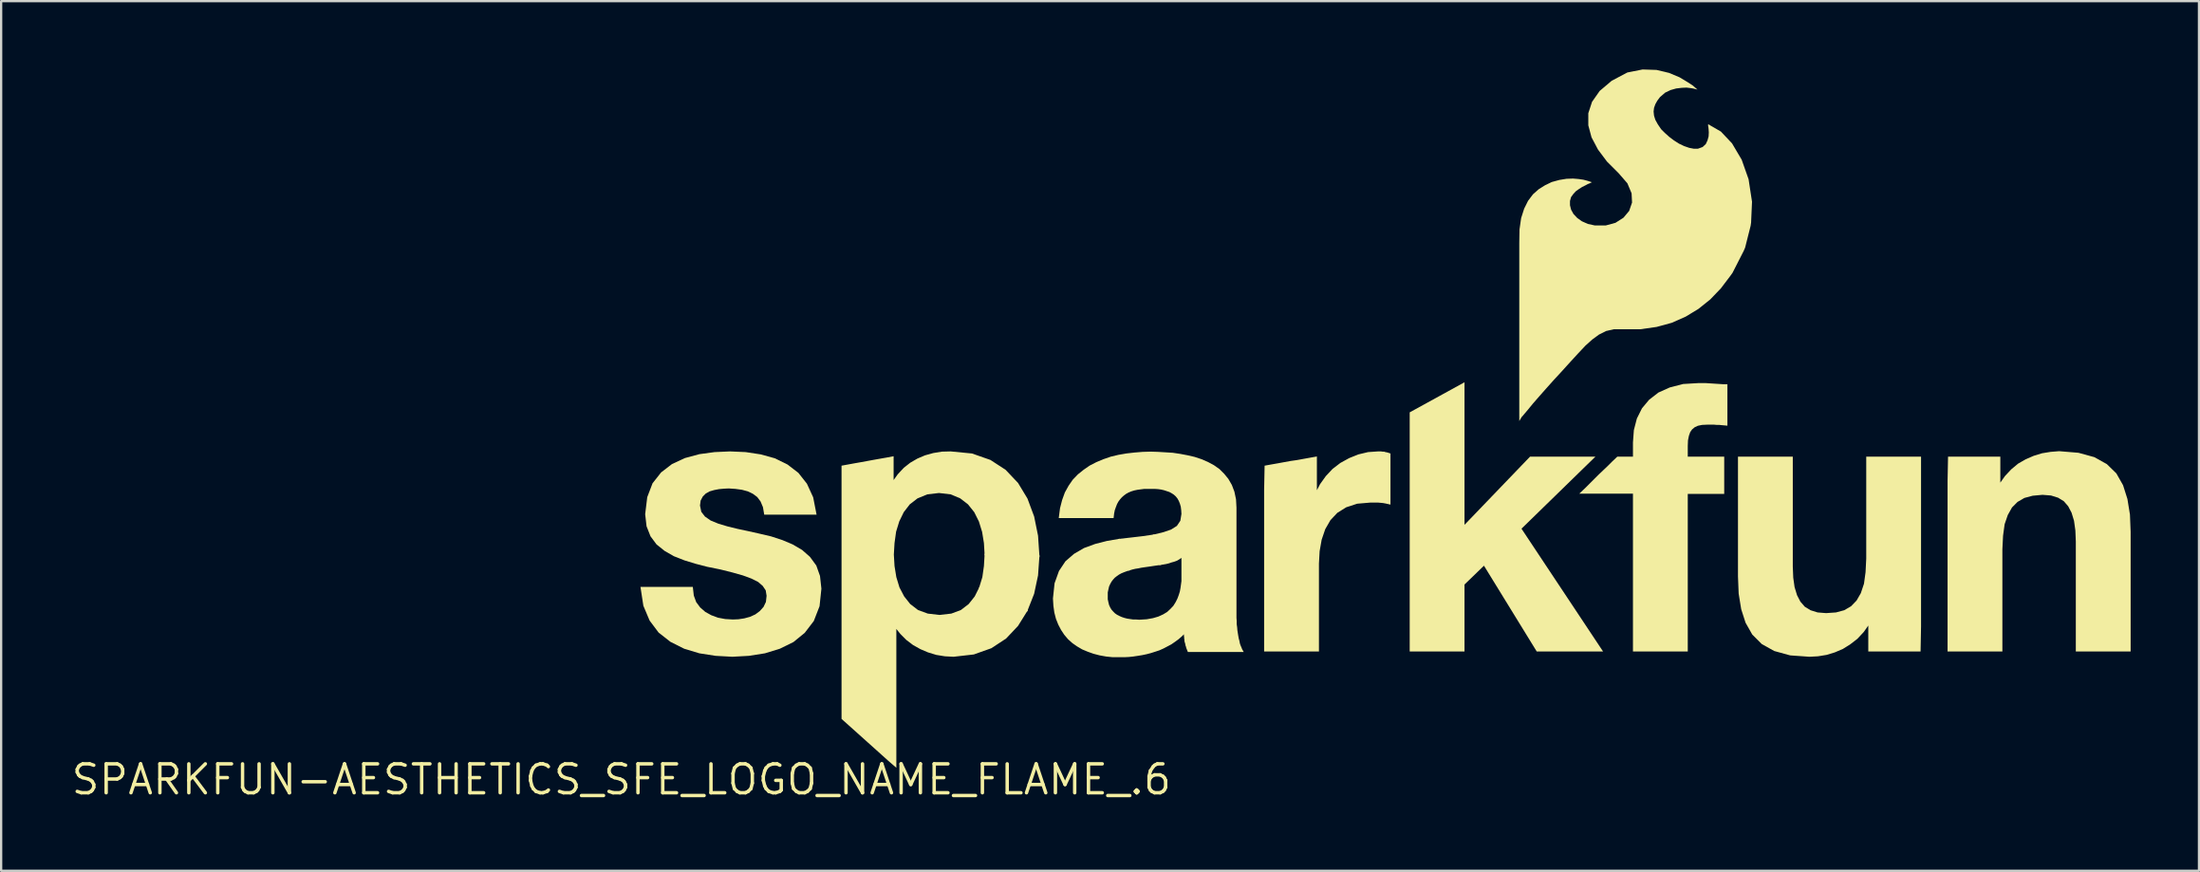
<source format=kicad_pcb>
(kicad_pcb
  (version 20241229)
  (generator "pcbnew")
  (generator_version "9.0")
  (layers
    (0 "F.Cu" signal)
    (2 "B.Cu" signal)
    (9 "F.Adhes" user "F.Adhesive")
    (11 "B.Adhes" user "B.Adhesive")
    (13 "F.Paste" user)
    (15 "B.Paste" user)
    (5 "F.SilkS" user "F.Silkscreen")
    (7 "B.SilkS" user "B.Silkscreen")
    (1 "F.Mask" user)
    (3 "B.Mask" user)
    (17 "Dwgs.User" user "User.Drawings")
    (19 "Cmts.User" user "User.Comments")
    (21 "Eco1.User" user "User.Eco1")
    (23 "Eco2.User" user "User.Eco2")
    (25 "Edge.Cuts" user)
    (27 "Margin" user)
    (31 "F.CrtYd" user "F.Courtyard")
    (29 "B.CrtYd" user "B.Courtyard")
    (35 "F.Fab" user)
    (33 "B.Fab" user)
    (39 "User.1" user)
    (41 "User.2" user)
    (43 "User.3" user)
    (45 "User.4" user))
  (footprint "SPARKFUN-AESTHETICS_SFE_LOGO_NAME_FLAME_.6"
    (layer "F.Cu")
    (at 24.228 31.178)
    (property "Reference" "SPARKFUN-AESTHETICS_SFE_LOGO_NAME_FLAME_.6" (at 0 0 0) (layer "F.SilkS") (effects (font (size 1.27 1.27) (thickness 0.15))))
    (fp_poly (pts (xy 18.351 -9.847) (xy 18.288 -8.965) (xy 18.117 -8.159) (xy 17.81 -7.378) (xy 15.694 -8.4) (xy 15.843 -8.888) (xy 15.912 -9.374) (xy 15.944 -9.919)) (stroke (width 0) (type default)) (fill yes) (layer "F.SilkS"))
    (fp_poly (pts (xy 37.008 -11.185) (xy 39.884 -14.178) (xy 42.754 -14.178) (xy 39.509 -11.015) (xy 43.091 -5.622) (xy 40.179 -5.622) (xy 37.862 -9.39) (xy 37.008 -8.564) (xy 37.008 -5.622) (xy 34.602 -5.622) (xy 34.602 -16.123) (xy 37.008 -17.444)) (stroke (width 0) (type default)) (fill yes) (layer "F.SilkS"))
    (fp_poly (pts (xy 23.696 -9.428) (xy 23.515 -9.402) (xy 23.376 -9.382) (xy 23.246 -9.362) (xy 22.965 -9.322) (xy 22.827 -9.302) (xy 22.687 -9.273) (xy 22.557 -9.253) (xy 22.43 -9.223) (xy 22.266 -9.173) (xy 21.799 -10.563) (xy 22.376 -10.628) (xy 22.885 -10.688) (xy 23.4 -10.763)) (stroke (width 0) (type default)) (fill yes) (layer "F.SilkS"))
    (fp_poly (pts (xy 51.418 -9.351) (xy 51.438 -8.863) (xy 51.497 -8.448) (xy 51.605 -8.094) (xy 51.752 -7.812) (xy 51.945 -7.589) (xy 52.196 -7.435) (xy 52.507 -7.338) (xy 52.88 -7.308) (xy 53.314 -7.338) (xy 53.675 -7.435) (xy 53.976 -7.61) (xy 54.219 -7.863) (xy 54.405 -8.186) (xy 54.543 -8.599) (xy 54.612 -9.104) (xy 54.642 -9.701) (xy 54.642 -14.178) (xy 57.048 -14.178) (xy 57.048 -6.72) (xy 57.027 -5.622) (xy 54.732 -5.622) (xy 54.732 -6.762) (xy 54.53 -6.476) (xy 54.256 -6.182) (xy 53.942 -5.939) (xy 53.618 -5.736) (xy 53.263 -5.584) (xy 52.899 -5.473) (xy 52.524 -5.412) (xy 52.15 -5.392) (xy 51.304 -5.452) (xy 50.605 -5.644) (xy 50.057 -5.949) (xy 49.639 -6.367) (xy 49.345 -6.885) (xy 49.153 -7.481) (xy 49.042 -8.166) (xy 49.012 -8.919) (xy 49.012 -14.178) (xy 51.418 -14.178)) (stroke (width 0) (type default)) (fill yes) (layer "F.SilkS"))
    (fp_poly (pts (xy 63.957 -14.348) (xy 64.655 -14.156) (xy 65.203 -13.851) (xy 65.62 -13.444) (xy 65.915 -12.925) (xy 66.107 -12.319) (xy 66.218 -11.634) (xy 66.248 -10.881) (xy 66.248 -5.622) (xy 63.842 -5.622) (xy 63.842 -10.449) (xy 63.822 -10.937) (xy 63.763 -11.362) (xy 63.655 -11.716) (xy 63.508 -11.998) (xy 63.315 -12.221) (xy 63.064 -12.375) (xy 62.753 -12.472) (xy 62.38 -12.502) (xy 61.947 -12.462) (xy 61.585 -12.365) (xy 61.283 -12.19) (xy 61.041 -11.947) (xy 60.855 -11.614) (xy 60.717 -11.211) (xy 60.648 -10.706) (xy 60.618 -10.109) (xy 60.618 -5.622) (xy 58.212 -5.622) (xy 58.212 -13.09) (xy 58.233 -14.178) (xy 60.528 -14.178) (xy 60.528 -13.038) (xy 60.73 -13.324) (xy 61.004 -13.618) (xy 61.308 -13.871) (xy 61.643 -14.064) (xy 61.997 -14.216) (xy 62.361 -14.327) (xy 62.735 -14.388) (xy 63.11 -14.418)) (stroke (width 0) (type default)) (fill yes) (layer "F.SilkS"))
    (fp_poly (pts (xy 33.413 -14.398) (xy 33.476 -14.398) (xy 33.539 -14.377) (xy 33.598 -14.367) (xy 33.671 -14.346) (xy 33.758 -14.317) (xy 33.758 -12.073) (xy 33.622 -12.103) (xy 33.532 -12.123) (xy 33.425 -12.142) (xy 33.317 -12.152) (xy 33.208 -12.162) (xy 32.882 -12.162) (xy 32.298 -12.112) (xy 31.816 -11.955) (xy 31.424 -11.71) (xy 31.121 -11.387) (xy 30.895 -10.994) (xy 30.737 -10.53) (xy 30.648 -10.026) (xy 30.618 -9.479) (xy 30.618 -5.622) (xy 28.212 -5.622) (xy 28.212 -12.73) (xy 28.233 -13.782) (xy 28.543 -13.838) (xy 28.823 -13.887) (xy 29.093 -13.937) (xy 29.374 -13.988) (xy 29.654 -14.028) (xy 29.923 -14.077) (xy 30.203 -14.128) (xy 30.528 -14.186) (xy 30.528 -12.705) (xy 30.667 -12.97) (xy 30.92 -13.324) (xy 31.214 -13.638) (xy 31.559 -13.902) (xy 31.944 -14.114) (xy 32.348 -14.276) (xy 32.774 -14.378) (xy 33.209 -14.408) (xy 33.343 -14.408)) (stroke (width 0) (type default)) (fill yes) (layer "F.SilkS"))
    (fp_poly (pts (xy 47.742 -17.398) (xy 47.902 -17.388) (xy 48.052 -17.378) (xy 48.212 -17.368) (xy 48.361 -17.358) (xy 48.548 -17.358) (xy 48.548 -15.538) (xy 48.397 -15.552) (xy 48.286 -15.562) (xy 48.188 -15.572) (xy 48.078 -15.572) (xy 47.968 -15.582) (xy 47.651 -15.582) (xy 47.435 -15.572) (xy 47.252 -15.534) (xy 47.111 -15.468) (xy 46.998 -15.374) (xy 46.914 -15.253) (xy 46.857 -15.09) (xy 46.818 -14.895) (xy 46.808 -14.649) (xy 46.808 -14.178) (xy 48.408 -14.178) (xy 48.408 -12.542) (xy 46.808 -12.542) (xy 46.808 -5.622) (xy 44.402 -5.622) (xy 44.402 -12.552) (xy 42.045 -12.552) (xy 42.313 -12.807) (xy 42.703 -13.197) (xy 42.903 -13.397) (xy 43.104 -13.588) (xy 43.303 -13.777) (xy 43.503 -13.977) (xy 43.715 -14.178) (xy 44.402 -14.178) (xy 44.402 -14.801) (xy 44.442 -15.346) (xy 44.574 -15.853) (xy 44.798 -16.301) (xy 45.113 -16.678) (xy 45.52 -16.993) (xy 46.017 -17.216) (xy 46.604 -17.368) (xy 47.279 -17.408) (xy 47.591 -17.408)) (stroke (width 0) (type default)) (fill yes) (layer "F.SilkS"))
    (fp_poly (pts (xy 15.388 -14.317) (xy 16.197 -14.034) (xy 16.865 -13.599) (xy 17.41 -13.023) (xy 17.824 -12.337) (xy 18.117 -11.55) (xy 18.288 -10.705) (xy 18.351 -9.771) (xy 15.944 -9.843) (xy 15.912 -10.386) (xy 15.833 -10.871) (xy 15.694 -11.326) (xy 15.488 -11.739) (xy 15.213 -12.083) (xy 14.871 -12.347) (xy 14.45 -12.523) (xy 13.94 -12.582) (xy 13.43 -12.523) (xy 12.999 -12.347) (xy 12.657 -12.083) (xy 12.393 -11.74) (xy 12.196 -11.336) (xy 12.057 -10.882) (xy 11.988 -10.386) (xy 11.958 -9.88) (xy 11.988 -9.374) (xy 12.067 -8.889) (xy 12.205 -8.435) (xy 12.412 -8.041) (xy 12.677 -7.707) (xy 13.019 -7.444) (xy 13.449 -7.287) (xy 13.96 -7.228) (xy 14.481 -7.287) (xy 14.901 -7.444) (xy 15.243 -7.707) (xy 15.508 -8.041) (xy 15.723 -8.471) (xy 17.845 -7.446) (xy 17.41 -6.747) (xy 16.885 -6.191) (xy 16.237 -5.766) (xy 15.469 -5.493) (xy 14.581 -5.392) (xy 14.196 -5.412) (xy 13.821 -5.473) (xy 13.457 -5.584) (xy 13.123 -5.726) (xy 12.799 -5.908) (xy 12.505 -6.131) (xy 12.242 -6.395) (xy 12.068 -6.613) (xy 12.068 -0.517) (xy 11.705 -0.831) (xy 11.415 -1.092) (xy 9.965 -2.392) (xy 9.662 -2.663) (xy 9.662 -13.782) (xy 9.963 -13.837) (xy 10.243 -13.888) (xy 10.523 -13.937) (xy 10.793 -13.987) (xy 11.073 -14.038) (xy 11.353 -14.088) (xy 11.633 -14.137) (xy 11.948 -14.196) (xy 11.948 -13.15) (xy 12.13 -13.404) (xy 12.394 -13.688) (xy 12.679 -13.912) (xy 12.993 -14.094) (xy 13.327 -14.236) (xy 13.692 -14.337) (xy 14.066 -14.398) (xy 14.451 -14.408)) (stroke (width 0) (type default)) (fill yes) (layer "F.SilkS"))
    (fp_poly (pts (xy 5.454 -14.378) (xy 6.118 -14.277) (xy 6.734 -14.106) (xy 7.29 -13.833) (xy 7.767 -13.467) (xy 8.143 -12.99) (xy 8.417 -12.392) (xy 8.566 -11.632) (xy 6.268 -11.632) (xy 6.213 -11.959) (xy 6.107 -12.211) (xy 5.963 -12.403) (xy 5.77 -12.547) (xy 5.547 -12.654) (xy 5.292 -12.723) (xy 5.006 -12.762) (xy 4.71 -12.782) (xy 4.503 -12.772) (xy 4.285 -12.752) (xy 4.079 -12.713) (xy 3.875 -12.655) (xy 3.703 -12.559) (xy 3.571 -12.427) (xy 3.477 -12.248) (xy 3.449 -12.031) (xy 3.506 -11.756) (xy 3.667 -11.548) (xy 3.918 -11.374) (xy 4.253 -11.236) (xy 4.65 -11.117) (xy 5.098 -11.007) (xy 5.568 -10.907) (xy 6.059 -10.797) (xy 6.57 -10.677) (xy 7.063 -10.516) (xy 7.517 -10.324) (xy 7.932 -10.081) (xy 8.278 -9.776) (xy 8.554 -9.398) (xy 8.717 -8.939) (xy 8.778 -8.38) (xy 8.697 -7.611) (xy 8.444 -6.961) (xy 8.048 -6.443) (xy 7.551 -6.038) (xy 6.954 -5.744) (xy 6.299 -5.543) (xy 5.594 -5.432) (xy 4.87 -5.392) (xy 4.136 -5.432) (xy 3.422 -5.543) (xy 2.756 -5.744) (xy 2.15 -6.048) (xy 1.633 -6.453) (xy 1.237 -6.981) (xy 0.963 -7.63) (xy 0.836 -8.458) (xy 3.134 -8.458) (xy 3.177 -8.079) (xy 3.284 -7.788) (xy 3.458 -7.556) (xy 3.682 -7.361) (xy 3.946 -7.215) (xy 4.24 -7.107) (xy 4.555 -7.048) (xy 4.89 -7.028) (xy 5.136 -7.038) (xy 5.392 -7.077) (xy 5.647 -7.146) (xy 5.88 -7.253) (xy 6.074 -7.398) (xy 6.238 -7.581) (xy 6.343 -7.801) (xy 6.372 -8.069) (xy 6.334 -8.306) (xy 6.201 -8.504) (xy 5.999 -8.678) (xy 5.705 -8.825) (xy 5.328 -8.964) (xy 4.87 -9.093) (xy 4.352 -9.223) (xy 3.761 -9.343) (xy 3.26 -9.473) (xy 2.767 -9.624) (xy 2.303 -9.806) (xy 1.898 -10.038) (xy 1.542 -10.323) (xy 1.276 -10.681) (xy 1.103 -11.121) (xy 1.042 -11.65) (xy 1.133 -12.399) (xy 1.366 -13.009) (xy 1.743 -13.487) (xy 2.22 -13.853) (xy 2.787 -14.116) (xy 3.422 -14.287) (xy 4.087 -14.378) (xy 4.77 -14.408)) (stroke (width 0) (type default)) (fill yes) (layer "F.SilkS"))
    (fp_poly (pts (xy 45.435 -31.158) (xy 45.992 -31.026) (xy 46.447 -30.834) (xy 46.8 -30.622) (xy 47.033 -30.47) (xy 47.234 -30.295) (xy 47.042 -30.343) (xy 46.925 -30.362) (xy 46.749 -30.382) (xy 46.543 -30.372) (xy 46.297 -30.343) (xy 46.053 -30.274) (xy 45.811 -30.158) (xy 45.588 -29.964) (xy 45.472 -29.809) (xy 45.385 -29.654) (xy 45.327 -29.491) (xy 45.308 -29.33) (xy 45.327 -29.148) (xy 45.385 -28.965) (xy 45.493 -28.77) (xy 45.639 -28.554) (xy 45.806 -28.388) (xy 45.994 -28.219) (xy 46.202 -28.061) (xy 46.419 -27.923) (xy 46.645 -27.815) (xy 46.87 -27.737) (xy 47.074 -27.698) (xy 47.253 -27.698) (xy 47.46 -27.773) (xy 47.599 -27.903) (xy 47.674 -28.063) (xy 47.722 -28.236) (xy 47.732 -28.41) (xy 47.722 -28.557) (xy 47.712 -28.653) (xy 47.702 -28.695) (xy 47.702 -28.776) (xy 48.264 -28.45) (xy 48.751 -27.933) (xy 49.175 -27.216) (xy 49.477 -26.359) (xy 49.628 -25.372) (xy 49.588 -24.456) (xy 49.567 -24.313) (xy 49.326 -23.358) (xy 49.265 -23.214) (xy 48.773 -22.25) (xy 48.671 -22.107) (xy 48.259 -21.565) (xy 47.796 -21.082) (xy 47.282 -20.669) (xy 46.718 -20.326) (xy 46.103 -20.054) (xy 45.438 -19.873) (xy 44.723 -19.772) (xy 43.564 -19.772) (xy 43.223 -19.694) (xy 42.91 -19.537) (xy 42.614 -19.32) (xy 42.317 -19.053) (xy 41.998 -18.714) (xy 41.658 -18.344) (xy 41.278 -17.924) (xy 40.918 -17.534) (xy 40.588 -17.165) (xy 40.279 -16.815) (xy 40.009 -16.505) (xy 39.789 -16.236) (xy 39.619 -16.035) (xy 39.511 -15.908) (xy 39.412 -15.742) (xy 39.412 -23.57) (xy 39.422 -24.153) (xy 39.493 -24.649) (xy 39.625 -25.064) (xy 39.797 -25.41) (xy 40.012 -25.696) (xy 40.267 -25.921) (xy 40.542 -26.093) (xy 40.837 -26.236) (xy 41.172 -26.327) (xy 41.486 -26.378) (xy 41.771 -26.388) (xy 42.014 -26.368) (xy 42.228 -26.337) (xy 42.38 -26.297) (xy 42.482 -26.266) (xy 42.599 -26.227) (xy 42.495 -26.175) (xy 42.416 -26.145) (xy 42.308 -26.086) (xy 42.169 -26.017) (xy 42.031 -25.928) (xy 41.895 -25.831) (xy 41.78 -25.706) (xy 41.685 -25.573) (xy 41.638 -25.405) (xy 41.638 -25.215) (xy 41.686 -25.024) (xy 41.791 -24.833) (xy 41.955 -24.659) (xy 42.159 -24.513) (xy 42.422 -24.396) (xy 42.734 -24.328) (xy 43.205 -24.328) (xy 43.634 -24.445) (xy 43.985 -24.669) (xy 44.236 -24.969) (xy 44.362 -25.335) (xy 44.342 -25.741) (xy 44.157 -26.18) (xy 43.772 -26.624) (xy 43.261 -27.135) (xy 42.868 -27.66) (xy 42.584 -28.196) (xy 42.442 -28.725) (xy 42.442 -29.256) (xy 42.606 -29.757) (xy 42.942 -30.236) (xy 43.469 -30.682) (xy 44.157 -31.046) (xy 44.827 -31.178)) (stroke (width 0) (type default)) (fill yes) (layer "F.SilkS"))
    (fp_poly (pts (xy 23.552 -14.388) (xy 23.882 -14.368) (xy 24.204 -14.348) (xy 24.536 -14.298) (xy 24.858 -14.237) (xy 25.16 -14.167) (xy 25.464 -14.066) (xy 25.747 -13.944) (xy 26.01 -13.802) (xy 26.255 -13.629) (xy 26.458 -13.426) (xy 26.641 -13.202) (xy 26.795 -12.936) (xy 26.907 -12.641) (xy 26.978 -12.305) (xy 26.998 -11.941) (xy 26.998 -7.101) (xy 27.008 -6.961) (xy 27.008 -6.823) (xy 27.028 -6.684) (xy 27.038 -6.554) (xy 27.058 -6.426) (xy 27.078 -6.306) (xy 27.097 -6.198) (xy 27.127 -6.088) (xy 27.147 -5.979) (xy 27.176 -5.894) (xy 27.215 -5.804) (xy 27.245 -5.726) (xy 27.316 -5.602) (xy 24.864 -5.602) (xy 24.815 -5.726) (xy 24.793 -5.779) (xy 24.783 -5.829) (xy 24.763 -5.879) (xy 24.753 -5.933) (xy 24.743 -5.98) (xy 24.723 -6.04) (xy 24.712 -6.096) (xy 24.712 -6.146) (xy 24.702 -6.196) (xy 24.702 -6.247) (xy 24.692 -6.307) (xy 24.692 -6.378) (xy 24.606 -6.292) (xy 24.454 -6.16) (xy 24.302 -6.049) (xy 24.14 -5.937) (xy 23.968 -5.846) (xy 23.797 -5.756) (xy 23.614 -5.674) (xy 23.432 -5.614) (xy 23.241 -5.553) (xy 23.049 -5.503) (xy 22.857 -5.463) (xy 22.666 -5.432) (xy 22.465 -5.402) (xy 22.273 -5.382) (xy 22.071 -5.372) (xy 21.568 -5.372) (xy 21.275 -5.402) (xy 20.992 -5.453) (xy 20.719 -5.524) (xy 20.466 -5.614) (xy 20.223 -5.716) (xy 19.999 -5.848) (xy 19.796 -5.99) (xy 19.603 -6.163) (xy 19.439 -6.357) (xy 19.297 -6.571) (xy 19.175 -6.804) (xy 19.074 -7.058) (xy 19.003 -7.333) (xy 18.962 -7.626) (xy 18.942 -7.951) (xy 19.013 -8.619) (xy 19.206 -9.157) (xy 19.491 -9.585) (xy 19.868 -9.911) (xy 20.304 -10.165) (xy 20.799 -10.346) (xy 21.312 -10.477) (xy 21.876 -10.573) (xy 22.339 -9.195) (xy 22.172 -9.144) (xy 22.064 -9.104) (xy 21.946 -9.056) (xy 21.84 -8.998) (xy 21.743 -8.929) (xy 21.656 -8.862) (xy 21.579 -8.776) (xy 21.512 -8.689) (xy 21.454 -8.583) (xy 21.406 -8.478) (xy 21.377 -8.352) (xy 21.348 -8.216) (xy 21.348 -7.914) (xy 21.377 -7.779) (xy 21.406 -7.663) (xy 21.454 -7.558) (xy 21.511 -7.463) (xy 21.588 -7.376) (xy 21.665 -7.299) (xy 21.76 -7.233) (xy 21.856 -7.184) (xy 21.964 -7.136) (xy 22.081 -7.097) (xy 22.198 -7.067) (xy 22.326 -7.048) (xy 22.463 -7.028) (xy 22.591 -7.028) (xy 22.73 -7.018) (xy 23.055 -7.038) (xy 23.331 -7.087) (xy 23.567 -7.156) (xy 23.782 -7.254) (xy 23.957 -7.36) (xy 24.103 -7.497) (xy 24.23 -7.633) (xy 24.327 -7.789) (xy 24.405 -7.945) (xy 24.464 -8.102) (xy 24.513 -8.259) (xy 24.542 -8.416) (xy 24.562 -8.565) (xy 24.582 -8.713) (xy 24.582 -9.734) (xy 24.562 -9.719) (xy 24.47 -9.657) (xy 24.376 -9.605) (xy 24.262 -9.564) (xy 24.151 -9.534) (xy 24.031 -9.493) (xy 23.908 -9.463) (xy 23.786 -9.442) (xy 23.61 -9.417) (xy 23.325 -10.748) (xy 23.769 -10.857) (xy 24.124 -10.975) (xy 24.383 -11.138) (xy 24.534 -11.364) (xy 24.582 -11.662) (xy 24.572 -11.827) (xy 24.553 -11.982) (xy 24.514 -12.117) (xy 24.466 -12.234) (xy 24.408 -12.339) (xy 24.332 -12.434) (xy 24.247 -12.51) (xy 24.16 -12.567) (xy 24.055 -12.625) (xy 23.938 -12.664) (xy 23.82 -12.703) (xy 23.693 -12.733) (xy 23.556 -12.752) (xy 23.409 -12.762) (xy 22.952 -12.762) (xy 22.795 -12.742) (xy 22.647 -12.722) (xy 22.51 -12.693) (xy 22.383 -12.654) (xy 22.266 -12.606) (xy 22.16 -12.548) (xy 22.054 -12.47) (xy 21.967 -12.393) (xy 21.89 -12.306) (xy 21.812 -12.2) (xy 21.755 -12.094) (xy 21.706 -11.967) (xy 21.657 -11.83) (xy 21.628 -11.684) (xy 21.604 -11.482) (xy 19.197 -11.482) (xy 19.253 -11.917) (xy 19.344 -12.271) (xy 19.465 -12.606) (xy 19.628 -12.9) (xy 19.81 -13.164) (xy 20.034 -13.398) (xy 20.287 -13.601) (xy 20.55 -13.783) (xy 20.844 -13.935) (xy 21.156 -14.066) (xy 21.479 -14.177) (xy 21.812 -14.257) (xy 22.165 -14.318) (xy 22.516 -14.358) (xy 22.878 -14.388) (xy 23.23 -14.398)) (stroke (width 0) (type default)) (fill yes) (layer "F.SilkS")))
  (gr_rect
    (start -3 -3)
    (end 93.476 35.184)
    (stroke (width 0.1) (type default))
    (fill no)
    (layer "Edge.Cuts")))
</source>
